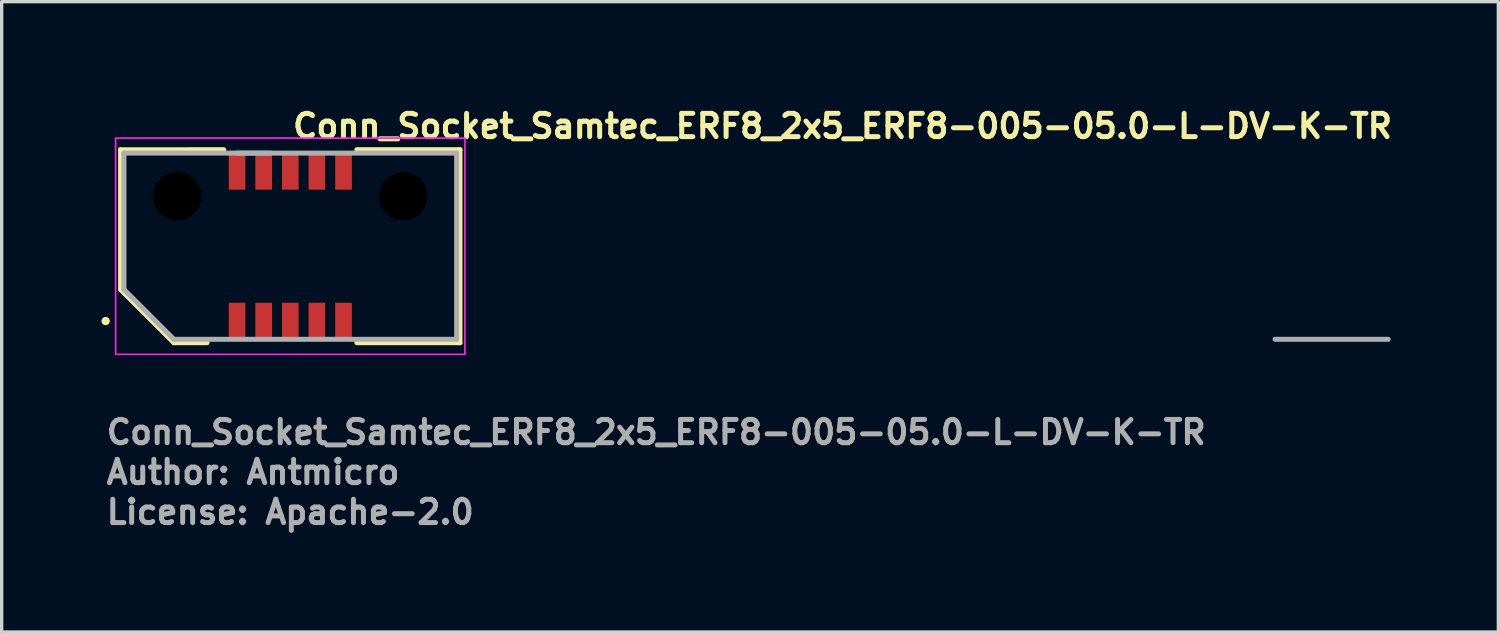
<source format=kicad_pcb>
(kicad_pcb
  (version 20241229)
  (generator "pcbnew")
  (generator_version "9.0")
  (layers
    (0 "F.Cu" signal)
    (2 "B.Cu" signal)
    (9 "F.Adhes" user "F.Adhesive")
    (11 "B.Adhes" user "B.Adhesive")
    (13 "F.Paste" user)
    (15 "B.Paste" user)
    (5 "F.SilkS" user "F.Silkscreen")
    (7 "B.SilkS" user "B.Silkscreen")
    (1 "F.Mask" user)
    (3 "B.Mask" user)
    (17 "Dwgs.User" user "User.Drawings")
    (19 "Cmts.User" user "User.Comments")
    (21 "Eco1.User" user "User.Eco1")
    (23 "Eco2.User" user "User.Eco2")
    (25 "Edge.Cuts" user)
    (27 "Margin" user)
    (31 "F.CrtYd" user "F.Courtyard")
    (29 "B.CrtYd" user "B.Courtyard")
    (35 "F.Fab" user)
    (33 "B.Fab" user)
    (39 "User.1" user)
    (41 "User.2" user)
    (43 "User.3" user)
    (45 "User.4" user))
  (footprint "Conn_Socket_Samtec_ERF8_2x5_ERF8-005-05.0-L-DV-K-TR"
    (layer "F.Cu")
    (at 5.675 4.35)
    (property "Reference" "Conn_Socket_Samtec_ERF8_2x5_ERF8-005-05.0-L-DV-K-TR" (at 0 -3.2 180) (layer "F.SilkS") (effects (font (size 0.7 0.7) (thickness 0.15)) (justify left bottom)))
    (attr smd)
    (fp_line (start -5.101 -2.899) (end -5.101 1.301) (stroke (width 0.15) (type solid)) (layer "F.SilkS"))
    (fp_line (start -5.101 1.301) (end -3.499 2.9) (stroke (width 0.15) (type solid)) (layer "F.SilkS"))
    (fp_line (start -3.499 2.9) (end -2.5 2.9) (stroke (width 0.15) (type solid)) (layer "F.SilkS"))
    (fp_line (start -2 -2.9) (end -5.101 -2.899) (stroke (width 0.15) (type solid)) (layer "F.SilkS"))
    (fp_line (start 2 -2.9) (end 5.1 -2.9) (stroke (width 0.15) (type solid)) (layer "F.SilkS"))
    (fp_line (start 5.1 -2.9) (end 5.1 2.9) (stroke (width 0.15) (type solid)) (layer "F.SilkS"))
    (fp_line (start 5.1 2.9) (end 2 2.9) (stroke (width 0.15) (type solid)) (layer "F.SilkS"))
    (fp_circle (center -5.55 2.25) (end -5.5 2.25) (stroke (width 0.15) (type solid)) (fill yes) (layer "F.SilkS"))
    (fp_rect (start -5.25 -3.25) (end 5.25 3.25) (stroke (width 0.05) (type solid)) (fill no) (layer "F.CrtYd"))
    (fp_line (start -4.999 -2.799) (end -4.999 1.301) (stroke (width 0.15) (type solid)) (layer "F.Fab"))
    (fp_line (start -4.999 1.301) (end -3.499 2.799) (stroke (width 0.15) (type solid)) (layer "F.Fab"))
    (fp_line (start -3.499 2.799) (end 5 2.799) (stroke (width 0.15) (type solid)) (layer "F.Fab"))
    (fp_line (start -0.599 -2.799) (end -4.999 -2.799) (stroke (width 0.15) (type solid)) (layer "F.Fab"))
    (fp_line (start 5 -2.799) (end -1.599 -2.799) (stroke (width 0.15) (type solid)) (layer "F.Fab"))
    (fp_line (start 5 2.799) (end 5 -2.799) (stroke (width 0.15) (type solid)) (layer "F.Fab"))
    (fp_line (start 29.599 2.799) (end 32.999 2.799) (stroke (width 0.15) (type solid)) (layer "F.Fab"))
    (fp_rect (start -5 -3) (end 5 3) (stroke (width 0.1) (type solid)) (fill no) (layer "User.5"))
    (fp_line (start -5 -2.8) (end -5 -2.7) (stroke (width 0.02) (type solid)) (layer "User.9"))
    (fp_line (start -5 -2.7) (end -5 1.25) (stroke (width 0.02) (type solid)) (layer "User.9"))
    (fp_line (start -5 1.25) (end -3.55 2.7) (stroke (width 0.02) (type solid)) (layer "User.9"))
    (fp_line (start -4.449 -1.969) (end -4.16 -1.68) (stroke (width 0.02) (type solid)) (layer "User.9"))
    (fp_line (start -4.449 -1.969) (end -1.78 -1.97) (stroke (width 0.02) (type default)) (layer "User.9"))
    (fp_line (start -4.449 0.8) (end -4.449 -1.969) (stroke (width 0.02) (type solid)) (layer "User.9"))
    (fp_line (start -4.449 0.8) (end -4.16 0.68) (stroke (width 0.02) (type solid)) (layer "User.9"))
    (fp_line (start -4.16 -1.68) (end -4.16 0.68) (stroke (width 0.02) (type solid)) (layer "User.9"))
    (fp_line (start -4.16 -1.68) (end -1.78 -1.68) (stroke (width 0.02) (type default)) (layer "User.9"))
    (fp_line (start -4.16 0.68) (end -3.16 1.68) (stroke (width 0.02) (type solid)) (layer "User.9"))
    (fp_line (start -3.55 2.7) (end -3.45 2.8) (stroke (width 0.02) (type solid)) (layer "User.9"))
    (fp_line (start -3.55 2.7) (end -3 2.7) (stroke (width 0.02) (type solid)) (layer "User.9"))
    (fp_line (start -3.45 2.8) (end 1.077 2.8) (stroke (width 0.02) (type solid)) (layer "User.9"))
    (fp_line (start -3.28 1.969) (end -4.449 0.8) (stroke (width 0.02) (type solid)) (layer "User.9"))
    (fp_line (start -3.28 1.969) (end -3.16 1.68) (stroke (width 0.02) (type solid)) (layer "User.9"))
    (fp_line (start -3.16 1.68) (end -1.77 1.68) (stroke (width 0.02) (type default)) (layer "User.9"))
    (fp_line (start -3 2.6) (end -3 2.7) (stroke (width 0.02) (type solid)) (layer "User.9"))
    (fp_line (start -3 2.7) (end -2.4 2.7) (stroke (width 0.02) (type solid)) (layer "User.9"))
    (fp_line (start -2.4 2.6) (end -2.4 2.7) (stroke (width 0.02) (type solid)) (layer "User.9"))
    (fp_line (start -2.4 2.7) (end -1.8 2.7) (stroke (width 0.02) (type solid)) (layer "User.9"))
    (fp_line (start -2.23 1.969) (end -3.28 1.969) (stroke (width 0.02) (type default)) (layer "User.9"))
    (fp_line (start -2.23 1.969) (end -1.77 1.969) (stroke (width 0.02) (type solid)) (layer "User.9"))
    (fp_line (start -1.8 2.6) (end -3 2.6) (stroke (width 0.02) (type solid)) (layer "User.9"))
    (fp_line (start -1.8 2.6) (end -1.8 2.7) (stroke (width 0.02) (type solid)) (layer "User.9"))
    (fp_line (start -1.8 2.7) (end 1.308 2.7) (stroke (width 0.02) (type solid)) (layer "User.9"))
    (fp_line (start -1.78 -1.509) (end -1.78 -1.97) (stroke (width 0.01) (type solid)) (layer "User.9"))
    (fp_line (start -1.78 -1.509) (end -1.44 -1.509) (stroke (width 0.01) (type solid)) (layer "User.9"))
    (fp_line (start -1.78 -1.22) (end -1.78 -1.509) (stroke (width 0.01) (type solid)) (layer "User.9"))
    (fp_line (start -1.77 1.22) (end -1.43 1.22) (stroke (width 0.01) (type solid)) (layer "User.9"))
    (fp_line (start -1.77 1.508) (end -1.77 1.22) (stroke (width 0.01) (type solid)) (layer "User.9"))
    (fp_line (start -1.77 1.969) (end -1.77 1.508) (stroke (width 0.01) (type solid)) (layer "User.9"))
    (fp_line (start -1.44 -1.97) (end -1.44 -1.509) (stroke (width 0.01) (type solid)) (layer "User.9"))
    (fp_line (start -1.44 -1.509) (end -1.44 -1.22) (stroke (width 0.01) (type solid)) (layer "User.9"))
    (fp_line (start -1.44 -1.22) (end -1.78 -1.22) (stroke (width 0.01) (type solid)) (layer "User.9"))
    (fp_line (start -1.43 1.22) (end -1.43 1.509) (stroke (width 0.01) (type solid)) (layer "User.9"))
    (fp_line (start -1.43 1.509) (end -1.77 1.509) (stroke (width 0.01) (type solid)) (layer "User.9"))
    (fp_line (start -1.43 1.509) (end -1.43 1.97) (stroke (width 0.01) (type solid)) (layer "User.9"))
    (fp_line (start -1.43 1.97) (end -0.97 1.97) (stroke (width 0.01) (type solid)) (layer "User.9"))
    (fp_line (start -0.979 -1.97) (end -1.44 -1.97) (stroke (width 0.01) (type solid)) (layer "User.9"))
    (fp_line (start -0.979 -1.509) (end -0.979 -1.97) (stroke (width 0.01) (type solid)) (layer "User.9"))
    (fp_line (start -0.979 -1.509) (end -0.639 -1.509) (stroke (width 0.01) (type solid)) (layer "User.9"))
    (fp_line (start -0.979 -1.22) (end -0.979 -1.509) (stroke (width 0.01) (type solid)) (layer "User.9"))
    (fp_line (start -0.97 1.22) (end -0.631 1.22) (stroke (width 0.01) (type solid)) (layer "User.9"))
    (fp_line (start -0.97 1.509) (end -0.97 1.22) (stroke (width 0.01) (type solid)) (layer "User.9"))
    (fp_line (start -0.97 1.97) (end -0.97 1.509) (stroke (width 0.01) (type solid)) (layer "User.9"))
    (fp_line (start -0.639 -1.97) (end -0.639 -1.509) (stroke (width 0.01) (type solid)) (layer "User.9"))
    (fp_line (start -0.639 -1.509) (end -0.639 -1.22) (stroke (width 0.01) (type solid)) (layer "User.9"))
    (fp_line (start -0.639 -1.22) (end -0.979 -1.22) (stroke (width 0.01) (type solid)) (layer "User.9"))
    (fp_line (start -0.631 1.22) (end -0.631 1.509) (stroke (width 0.01) (type solid)) (layer "User.9"))
    (fp_line (start -0.631 1.509) (end -0.97 1.509) (stroke (width 0.01) (type solid)) (layer "User.9"))
    (fp_line (start -0.631 1.509) (end -0.631 1.97) (stroke (width 0.01) (type solid)) (layer "User.9"))
    (fp_line (start -0.631 1.97) (end -0.17 1.97) (stroke (width 0.01) (type solid)) (layer "User.9"))
    (fp_line (start -0.18 -1.97) (end -0.639 -1.97) (stroke (width 0.01) (type solid)) (layer "User.9"))
    (fp_line (start -0.18 -1.509) (end -0.18 -1.97) (stroke (width 0.01) (type solid)) (layer "User.9"))
    (fp_line (start -0.18 -1.509) (end 0.16 -1.509) (stroke (width 0.01) (type solid)) (layer "User.9"))
    (fp_line (start -0.18 -1.22) (end -0.18 -1.509) (stroke (width 0.01) (type solid)) (layer "User.9"))
    (fp_line (start -0.17 1.22) (end 0.17 1.22) (stroke (width 0.01) (type solid)) (layer "User.9"))
    (fp_line (start -0.17 1.509) (end -0.17 1.22) (stroke (width 0.01) (type solid)) (layer "User.9"))
    (fp_line (start -0.17 1.97) (end -0.17 1.509) (stroke (width 0.01) (type solid)) (layer "User.9"))
    (fp_line (start 0.16 -1.97) (end 0.16 -1.509) (stroke (width 0.01) (type solid)) (layer "User.9"))
    (fp_line (start 0.16 -1.509) (end 0.16 -1.22) (stroke (width 0.01) (type solid)) (layer "User.9"))
    (fp_line (start 0.16 -1.22) (end -0.18 -1.22) (stroke (width 0.01) (type solid)) (layer "User.9"))
    (fp_line (start 0.17 1.22) (end 0.17 1.509) (stroke (width 0.01) (type solid)) (layer "User.9"))
    (fp_line (start 0.17 1.509) (end -0.17 1.509) (stroke (width 0.01) (type solid)) (layer "User.9"))
    (fp_line (start 0.17 1.509) (end 0.17 1.97) (stroke (width 0.01) (type solid)) (layer "User.9"))
    (fp_line (start 0.17 1.97) (end 0.629 1.97) (stroke (width 0.01) (type solid)) (layer "User.9"))
    (fp_line (start 0.621 -1.97) (end 0.16 -1.97) (stroke (width 0.01) (type solid)) (layer "User.9"))
    (fp_line (start 0.621 -1.509) (end 0.621 -1.97) (stroke (width 0.01) (type solid)) (layer "User.9"))
    (fp_line (start 0.621 -1.509) (end 0.96 -1.509) (stroke (width 0.01) (type solid)) (layer "User.9"))
    (fp_line (start 0.621 -1.22) (end 0.621 -1.509) (stroke (width 0.01) (type solid)) (layer "User.9"))
    (fp_line (start 0.629 1.22) (end 0.969 1.22) (stroke (width 0.01) (type solid)) (layer "User.9"))
    (fp_line (start 0.629 1.509) (end 0.629 1.22) (stroke (width 0.01) (type solid)) (layer "User.9"))
    (fp_line (start 0.629 1.97) (end 0.629 1.509) (stroke (width 0.01) (type solid)) (layer "User.9"))
    (fp_line (start 0.96 -1.97) (end 0.96 -1.509) (stroke (width 0.01) (type solid)) (layer "User.9"))
    (fp_line (start 0.96 -1.509) (end 0.96 -1.22) (stroke (width 0.01) (type solid)) (layer "User.9"))
    (fp_line (start 0.96 -1.22) (end 0.621 -1.22) (stroke (width 0.01) (type solid)) (layer "User.9"))
    (fp_line (start 0.969 1.22) (end 0.969 1.509) (stroke (width 0.01) (type solid)) (layer "User.9"))
    (fp_line (start 0.969 1.509) (end 0.629 1.509) (stroke (width 0.01) (type solid)) (layer "User.9"))
    (fp_line (start 0.969 1.509) (end 0.969 1.97) (stroke (width 0.01) (type solid)) (layer "User.9"))
    (fp_line (start 0.969 1.97) (end 1.43 1.97) (stroke (width 0.01) (type solid)) (layer "User.9"))
    (fp_line (start 1.077 -2.8) (end -5 -2.8) (stroke (width 0.02) (type solid)) (layer "User.9"))
    (fp_line (start 1.077 2.8) (end 5 2.8) (stroke (width 0.02) (type solid)) (layer "User.9"))
    (fp_line (start 1.308 -2.7) (end -5 -2.7) (stroke (width 0.02) (type solid)) (layer "User.9"))
    (fp_line (start 1.308 2.7) (end 5 2.7) (stroke (width 0.02) (type solid)) (layer "User.9"))
    (fp_line (start 1.42 -1.97) (end 0.96 -1.97) (stroke (width 0.01) (type solid)) (layer "User.9"))
    (fp_line (start 1.42 -1.509) (end 1.42 -1.97) (stroke (width 0.01) (type solid)) (layer "User.9"))
    (fp_line (start 1.42 -1.509) (end 1.76 -1.509) (stroke (width 0.01) (type solid)) (layer "User.9"))
    (fp_line (start 1.42 -1.22) (end 1.42 -1.509) (stroke (width 0.01) (type solid)) (layer "User.9"))
    (fp_line (start 1.43 1.22) (end 1.77 1.22) (stroke (width 0.01) (type solid)) (layer "User.9"))
    (fp_line (start 1.43 1.509) (end 1.43 1.22) (stroke (width 0.01) (type solid)) (layer "User.9"))
    (fp_line (start 1.43 1.97) (end 1.43 1.509) (stroke (width 0.01) (type solid)) (layer "User.9"))
    (fp_line (start 1.76 -1.969) (end 1.76 -1.508) (stroke (width 0.01) (type solid)) (layer "User.9"))
    (fp_line (start 1.76 -1.969) (end 4.449 -1.969) (stroke (width 0.02) (type solid)) (layer "User.9"))
    (fp_line (start 1.76 -1.508) (end 1.76 -1.22) (stroke (width 0.01) (type solid)) (layer "User.9"))
    (fp_line (start 1.76 -1.22) (end 1.42 -1.22) (stroke (width 0.01) (type solid)) (layer "User.9"))
    (fp_line (start 1.77 1.22) (end 1.77 1.509) (stroke (width 0.01) (type solid)) (layer "User.9"))
    (fp_line (start 1.77 1.509) (end 1.43 1.509) (stroke (width 0.01) (type solid)) (layer "User.9"))
    (fp_line (start 1.77 1.509) (end 1.77 1.97) (stroke (width 0.01) (type solid)) (layer "User.9"))
    (fp_line (start 1.77 1.97) (end 3.28 1.969) (stroke (width 0.02) (type default)) (layer "User.9"))
    (fp_line (start 2.485 1.68) (end 1.77 1.68) (stroke (width 0.02) (type default)) (layer "User.9"))
    (fp_line (start 2.485 1.68) (end 3.16 1.68) (stroke (width 0.02) (type solid)) (layer "User.9"))
    (fp_line (start 3.16 1.68) (end 4.16 0.68) (stroke (width 0.02) (type solid)) (layer "User.9"))
    (fp_line (start 3.28 1.969) (end 3.16 1.68) (stroke (width 0.02) (type solid)) (layer "User.9"))
    (fp_line (start 4.16 -1.68) (end 1.76 -1.68) (stroke (width 0.02) (type solid)) (layer "User.9"))
    (fp_line (start 4.16 0.68) (end 4.16 -1.68) (stroke (width 0.02) (type solid)) (layer "User.9"))
    (fp_line (start 4.449 -1.969) (end 4.16 -1.68) (stroke (width 0.02) (type solid)) (layer "User.9"))
    (fp_line (start 4.449 -1.969) (end 4.449 0.8) (stroke (width 0.02) (type solid)) (layer "User.9"))
    (fp_line (start 4.449 0.8) (end 3.28 1.969) (stroke (width 0.02) (type solid)) (layer "User.9"))
    (fp_line (start 4.449 0.8) (end 4.16 0.68) (stroke (width 0.02) (type solid)) (layer "User.9"))
    (fp_line (start 5 -2.8) (end 1.077 -2.8) (stroke (width 0.02) (type solid)) (layer "User.9"))
    (fp_line (start 5 -2.7) (end 1.308 -2.7) (stroke (width 0.02) (type solid)) (layer "User.9"))
    (fp_line (start 5 -2.7) (end 5 -2.8) (stroke (width 0.02) (type solid)) (layer "User.9"))
    (fp_line (start 5 2.7) (end 5 -2.7) (stroke (width 0.02) (type solid)) (layer "User.9"))
    (fp_line (start 5 2.8) (end 5 2.7) (stroke (width 0.02) (type solid)) (layer "User.9"))
    (fp_text user "${REFERENCE}" (at -5.6 6 0) (layer "F.Fab") (effects (font (size 0.7 0.7) (thickness 0.15)) (justify left bottom)))
    (fp_text user "License: Apache-2.0" (at -5.6 8.4 0) (layer "F.Fab") (effects (font (size 0.7 0.7) (thickness 0.15)) (justify left bottom)))
    (fp_text user "Author: Antmicro" (at -5.6 7.2 0) (layer "F.Fab") (effects (font (size 0.7 0.7) (thickness 0.15)) (justify left bottom)))
    (pad "" np_thru_hole circle (at -3.4 -1.5 180) (size 1.45 1.45) (drill 1.45) (layers "*.Mask"))
    (pad "" np_thru_hole circle (at 3.4 -1.5 180) (size 1.45 1.45) (drill 1.45) (layers "*.Mask"))
    (pad "1" smd rect (at -1.6 2.25 180) (size 0.5 1.1) (layers "F.Cu" "F.Mask" "F.Paste"))
    (pad "2" smd rect (at -1.6 -2.25 180) (size 0.5 1.1) (layers "F.Cu" "F.Mask" "F.Paste"))
    (pad "3" smd rect (at -0.8 2.25 180) (size 0.5 1.1) (layers "F.Cu" "F.Mask" "F.Paste"))
    (pad "4" smd rect (at -0.8 -2.25 180) (size 0.5 1.1) (layers "F.Cu" "F.Mask" "F.Paste"))
    (pad "5" smd rect (at 0 2.25 180) (size 0.5 1.1) (layers "F.Cu" "F.Mask" "F.Paste"))
    (pad "6" smd rect (at 0 -2.25 180) (size 0.5 1.1) (layers "F.Cu" "F.Mask" "F.Paste"))
    (pad "7" smd rect (at 0.8 2.25 180) (size 0.5 1.1) (layers "F.Cu" "F.Mask" "F.Paste"))
    (pad "8" smd rect (at 0.8 -2.25 180) (size 0.5 1.1) (layers "F.Cu" "F.Mask" "F.Paste"))
    (pad "9" smd rect (at 1.6 2.25 180) (size 0.5 1.1) (layers "F.Cu" "F.Mask" "F.Paste"))
    (pad "10" smd rect (at 1.6 -2.25 180) (size 0.5 1.1) (layers "F.Cu" "F.Mask" "F.Paste")))
  (gr_rect
    (start -3 -3)
    (end 41.985 15.945)
    (stroke (width 0.1) (type default))
    (fill no)
    (layer "Edge.Cuts")))
</source>
